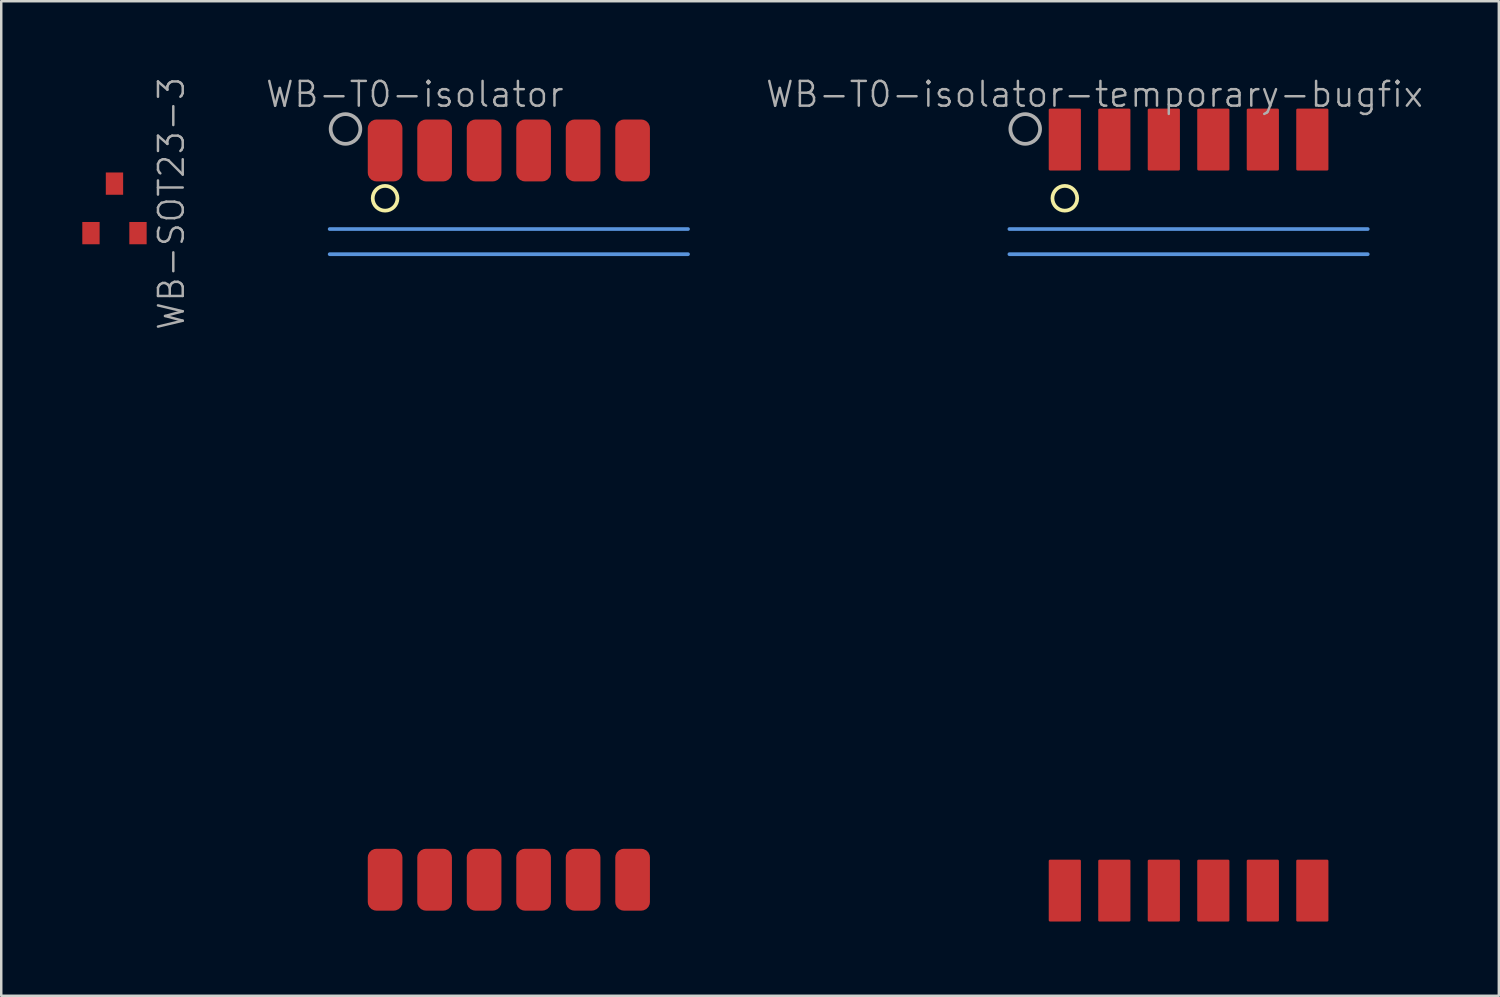
<source format=kicad_pcb>
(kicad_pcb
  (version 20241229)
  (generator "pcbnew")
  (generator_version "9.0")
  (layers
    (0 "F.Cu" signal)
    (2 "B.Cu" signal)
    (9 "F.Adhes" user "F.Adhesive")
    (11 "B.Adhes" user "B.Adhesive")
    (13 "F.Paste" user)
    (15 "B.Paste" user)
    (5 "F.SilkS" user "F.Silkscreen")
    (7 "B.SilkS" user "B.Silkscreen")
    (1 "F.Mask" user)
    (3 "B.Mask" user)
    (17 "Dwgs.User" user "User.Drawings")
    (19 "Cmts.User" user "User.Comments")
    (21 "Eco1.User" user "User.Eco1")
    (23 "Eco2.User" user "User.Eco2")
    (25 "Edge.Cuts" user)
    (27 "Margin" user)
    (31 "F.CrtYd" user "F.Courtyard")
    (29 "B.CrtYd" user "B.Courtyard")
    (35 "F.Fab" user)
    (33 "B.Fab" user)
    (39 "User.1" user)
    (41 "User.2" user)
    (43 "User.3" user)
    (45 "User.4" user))
  (footprint "WB-T0-isolator-temporary-bugfix"
    (layer "F.Cu")
    (at 44.972 17.761)
    (property "Reference" "WB-T0-isolator-temporary-bugfix" (at -3.8 -17 0) (layer "F.Fab") (effects (font (size 1 1) (thickness 0.1))))
    (attr smd)
    (fp_circle (center -5 -12.8) (end -4.5 -12.8) (stroke (width 0.15) (type solid)) (fill no) (layer "F.SilkS"))
    (fp_line (start 7.239 -11.557) (end -7.239 -11.557) (stroke (width 0.15) (type solid)) (layer "Cmts.User"))
    (fp_line (start 7.239 -10.541) (end -7.239 -10.541) (stroke (width 0.15) (type solid)) (layer "Cmts.User"))
    (fp_line (start -7.252 -14.732) (end 7.252 -14.732) (stroke (width 0.15) (type solid)) (layer "Eco1.User"))
    (fp_line (start -7.252 14.732) (end -7.252 -14.732) (stroke (width 0.15) (type solid)) (layer "Eco1.User"))
    (fp_line (start -3.81 -8.382) (end 3.81 -8.382) (stroke (width 0.15) (type solid)) (layer "Eco1.User"))
    (fp_line (start -3.81 -5.842) (end -3.81 -8.382) (stroke (width 0.15) (type solid)) (layer "Eco1.User"))
    (fp_line (start -3.81 9.398) (end 3.81 9.398) (stroke (width 0.15) (type solid)) (layer "Eco1.User"))
    (fp_line (start -3.81 11.938) (end -3.81 9.398) (stroke (width 0.15) (type solid)) (layer "Eco1.User"))
    (fp_line (start 3.81 -8.382) (end 3.81 -5.842) (stroke (width 0.15) (type solid)) (layer "Eco1.User"))
    (fp_line (start 3.81 -5.842) (end -3.81 -5.842) (stroke (width 0.15) (type solid)) (layer "Eco1.User"))
    (fp_line (start 3.81 9.398) (end 3.81 11.938) (stroke (width 0.15) (type solid)) (layer "Eco1.User"))
    (fp_line (start 3.81 11.938) (end -3.81 11.938) (stroke (width 0.15) (type solid)) (layer "Eco1.User"))
    (fp_line (start 7.252 -14.732) (end 7.252 14.732) (stroke (width 0.15) (type solid)) (layer "Eco1.User"))
    (fp_line (start 7.252 14.732) (end -7.252 14.732) (stroke (width 0.15) (type solid)) (layer "Eco1.User"))
    (fp_circle (center -2.54 -7.112) (end -1.905 -7.112) (stroke (width 0.15) (type solid)) (fill no) (layer "Eco1.User"))
    (fp_circle (center -2.54 10.668) (end -1.905 10.668) (stroke (width 0.15) (type solid)) (fill no) (layer "Eco1.User"))
    (fp_circle (center 0 -7.112) (end 0.635 -7.112) (stroke (width 0.15) (type solid)) (fill no) (layer "Eco1.User"))
    (fp_circle (center 0 10.668) (end 0.635 10.668) (stroke (width 0.15) (type solid)) (fill no) (layer "Eco1.User"))
    (fp_circle (center 2.54 -7.112) (end 3.175 -7.112) (stroke (width 0.15) (type solid)) (fill no) (layer "Eco1.User"))
    (fp_circle (center 2.54 10.668) (end 3.175 10.668) (stroke (width 0.15) (type solid)) (fill no) (layer "Eco1.User"))
    (fp_circle (center -6.6 -15.6) (end -6 -15.6) (stroke (width 0.15) (type solid)) (fill no) (layer "F.Fab"))
    (pad "1" smd roundrect (at -5 15.172) (size 1.3 2.5) (layers "F.Cu" "F.Mask" "F.Paste") (roundrect_rratio 0.04))
    (pad "2" smd roundrect (at -3 15.172) (size 1.3 2.5) (layers "F.Cu" "F.Mask" "F.Paste") (roundrect_rratio 0.04))
    (pad "3" smd roundrect (at -1 15.172) (size 1.3 2.5) (layers "F.Cu" "F.Mask" "F.Paste") (roundrect_rratio 0.04))
    (pad "4" smd roundrect (at 1 15.172) (size 1.3 2.5) (layers "F.Cu" "F.Mask" "F.Paste") (roundrect_rratio 0.04))
    (pad "5" smd roundrect (at 3 15.172) (size 1.3 2.5) (layers "F.Cu" "F.Mask" "F.Paste") (roundrect_rratio 0.04))
    (pad "6" smd roundrect (at 5 15.172) (size 1.3 2.5) (layers "F.Cu" "F.Mask" "F.Paste") (roundrect_rratio 0.04))
    (pad "7" smd roundrect (at 5 -15.172) (size 1.3 2.5) (layers "F.Cu" "F.Mask" "F.Paste") (roundrect_rratio 0.04))
    (pad "8" smd roundrect (at 3 -15.172) (size 1.3 2.5) (layers "F.Cu" "F.Mask" "F.Paste") (roundrect_rratio 0.04))
    (pad "9" smd roundrect (at 1 -15.172) (size 1.3 2.5) (layers "F.Cu" "F.Mask" "F.Paste") (roundrect_rratio 0.04))
    (pad "10" smd roundrect (at -1 -15.172) (size 1.3 2.5) (layers "F.Cu" "F.Mask" "F.Paste") (roundrect_rratio 0.04))
    (pad "11" smd roundrect (at -3 -15.172) (size 1.3 2.5) (layers "F.Cu" "F.Mask" "F.Paste") (roundrect_rratio 0.04))
    (pad "12" smd roundrect (at -5 -15.172) (size 1.3 2.5) (layers "F.Cu" "F.Mask" "F.Paste") (roundrect_rratio 0.04)))
  (footprint "WB-SOT23-3"
    (layer "F.Cu")
    (at 1.575 5.369)
    (property "Reference" "WB-SOT23-3" (at 2.3 -0.2 90) (layer "F.Fab") (effects (font (size 1 1) (thickness 0.1))))
    (attr smd)
    (fp_line (start -1.5 -0.32) (end 1.5 -0.32) (stroke (width 0.15) (type solid)) (layer "Eco1.User"))
    (fp_line (start -1.5 0.32) (end -1.5 -0.32) (stroke (width 0.15) (type solid)) (layer "Eco1.User"))
    (fp_line (start 1.5 -0.32) (end 1.5 0.32) (stroke (width 0.15) (type solid)) (layer "Eco1.User"))
    (fp_line (start 1.5 0.32) (end -1.5 0.32) (stroke (width 0.15) (type solid)) (layer "Eco1.User"))
    (pad "1" smd rect (at -0.95 1) (size 0.7 0.9) (layers "F.Cu" "F.Mask" "F.Paste"))
    (pad "2" smd rect (at 0.95 1) (size 0.7 0.9) (layers "F.Cu" "F.Mask" "F.Paste"))
    (pad "3" smd rect (at 0 -1) (size 0.7 0.9) (layers "F.Cu" "F.Mask" "F.Paste")))
  (footprint "WB-T0-isolator"
    (layer "F.Cu")
    (at 17.509 17.761)
    (property "Reference" "WB-T0-isolator" (at -3.8 -17 0) (layer "F.Fab") (effects (font (size 1 1) (thickness 0.1))))
    (attr smd)
    (fp_circle (center -5 -12.8) (end -4.5 -12.8) (stroke (width 0.15) (type solid)) (fill no) (layer "F.SilkS"))
    (fp_line (start 7.239 -11.557) (end -7.239 -11.557) (stroke (width 0.15) (type solid)) (layer "Cmts.User"))
    (fp_line (start 7.239 -10.541) (end -7.239 -10.541) (stroke (width 0.15) (type solid)) (layer "Cmts.User"))
    (fp_line (start -7.252 -14.732) (end 7.252 -14.732) (stroke (width 0.15) (type solid)) (layer "Eco1.User"))
    (fp_line (start -7.252 14.732) (end -7.252 -14.732) (stroke (width 0.15) (type solid)) (layer "Eco1.User"))
    (fp_line (start -3.81 -8.382) (end 3.81 -8.382) (stroke (width 0.15) (type solid)) (layer "Eco1.User"))
    (fp_line (start -3.81 -5.842) (end -3.81 -8.382) (stroke (width 0.15) (type solid)) (layer "Eco1.User"))
    (fp_line (start -3.81 9.398) (end 3.81 9.398) (stroke (width 0.15) (type solid)) (layer "Eco1.User"))
    (fp_line (start -3.81 11.938) (end -3.81 9.398) (stroke (width 0.15) (type solid)) (layer "Eco1.User"))
    (fp_line (start 3.81 -8.382) (end 3.81 -5.842) (stroke (width 0.15) (type solid)) (layer "Eco1.User"))
    (fp_line (start 3.81 -5.842) (end -3.81 -5.842) (stroke (width 0.15) (type solid)) (layer "Eco1.User"))
    (fp_line (start 3.81 9.398) (end 3.81 11.938) (stroke (width 0.15) (type solid)) (layer "Eco1.User"))
    (fp_line (start 3.81 11.938) (end -3.81 11.938) (stroke (width 0.15) (type solid)) (layer "Eco1.User"))
    (fp_line (start 7.252 -14.732) (end 7.252 14.732) (stroke (width 0.15) (type solid)) (layer "Eco1.User"))
    (fp_line (start 7.252 14.732) (end -7.252 14.732) (stroke (width 0.15) (type solid)) (layer "Eco1.User"))
    (fp_circle (center -2.54 -7.112) (end -1.905 -7.112) (stroke (width 0.15) (type solid)) (fill no) (layer "Eco1.User"))
    (fp_circle (center -2.54 10.668) (end -1.905 10.668) (stroke (width 0.15) (type solid)) (fill no) (layer "Eco1.User"))
    (fp_circle (center 0 -7.112) (end 0.635 -7.112) (stroke (width 0.15) (type solid)) (fill no) (layer "Eco1.User"))
    (fp_circle (center 0 10.668) (end 0.635 10.668) (stroke (width 0.15) (type solid)) (fill no) (layer "Eco1.User"))
    (fp_circle (center 2.54 -7.112) (end 3.175 -7.112) (stroke (width 0.15) (type solid)) (fill no) (layer "Eco1.User"))
    (fp_circle (center 2.54 10.668) (end 3.175 10.668) (stroke (width 0.15) (type solid)) (fill no) (layer "Eco1.User"))
    (fp_circle (center -6.6 -15.6) (end -6 -15.6) (stroke (width 0.15) (type solid)) (fill no) (layer "F.Fab"))
    (pad "1" smd roundrect (at -5 14.732) (size 1.4 2.5) (layers "F.Cu" "F.Mask" "F.Paste") (roundrect_rratio 0.25))
    (pad "2" smd roundrect (at -3 14.732) (size 1.4 2.5) (layers "F.Cu" "F.Mask" "F.Paste") (roundrect_rratio 0.25))
    (pad "3" smd roundrect (at -1 14.732) (size 1.4 2.5) (layers "F.Cu" "F.Mask" "F.Paste") (roundrect_rratio 0.25))
    (pad "4" smd roundrect (at 1 14.732) (size 1.4 2.5) (layers "F.Cu" "F.Mask" "F.Paste") (roundrect_rratio 0.25))
    (pad "5" smd roundrect (at 3 14.732) (size 1.4 2.5) (layers "F.Cu" "F.Mask" "F.Paste") (roundrect_rratio 0.25))
    (pad "6" smd roundrect (at 5 14.732) (size 1.4 2.5) (layers "F.Cu" "F.Mask" "F.Paste") (roundrect_rratio 0.25))
    (pad "7" smd roundrect (at 5 -14.732) (size 1.4 2.5) (layers "F.Cu" "F.Mask" "F.Paste") (roundrect_rratio 0.25))
    (pad "8" smd roundrect (at 3 -14.732) (size 1.4 2.5) (layers "F.Cu" "F.Mask" "F.Paste") (roundrect_rratio 0.25))
    (pad "9" smd roundrect (at 1 -14.732) (size 1.4 2.5) (layers "F.Cu" "F.Mask" "F.Paste") (roundrect_rratio 0.25))
    (pad "10" smd roundrect (at -1 -14.732) (size 1.4 2.5) (layers "F.Cu" "F.Mask" "F.Paste") (roundrect_rratio 0.25))
    (pad "11" smd roundrect (at -3 -14.732) (size 1.4 2.5) (layers "F.Cu" "F.Mask" "F.Paste") (roundrect_rratio 0.25))
    (pad "12" smd roundrect (at -5 -14.732) (size 1.4 2.5) (layers "F.Cu" "F.Mask" "F.Paste") (roundrect_rratio 0.25)))
  (gr_rect
    (start -3 -3)
    (end 57.507 37.182)
    (stroke (width 0.1) (type default))
    (fill no)
    (layer "Edge.Cuts")))
</source>
